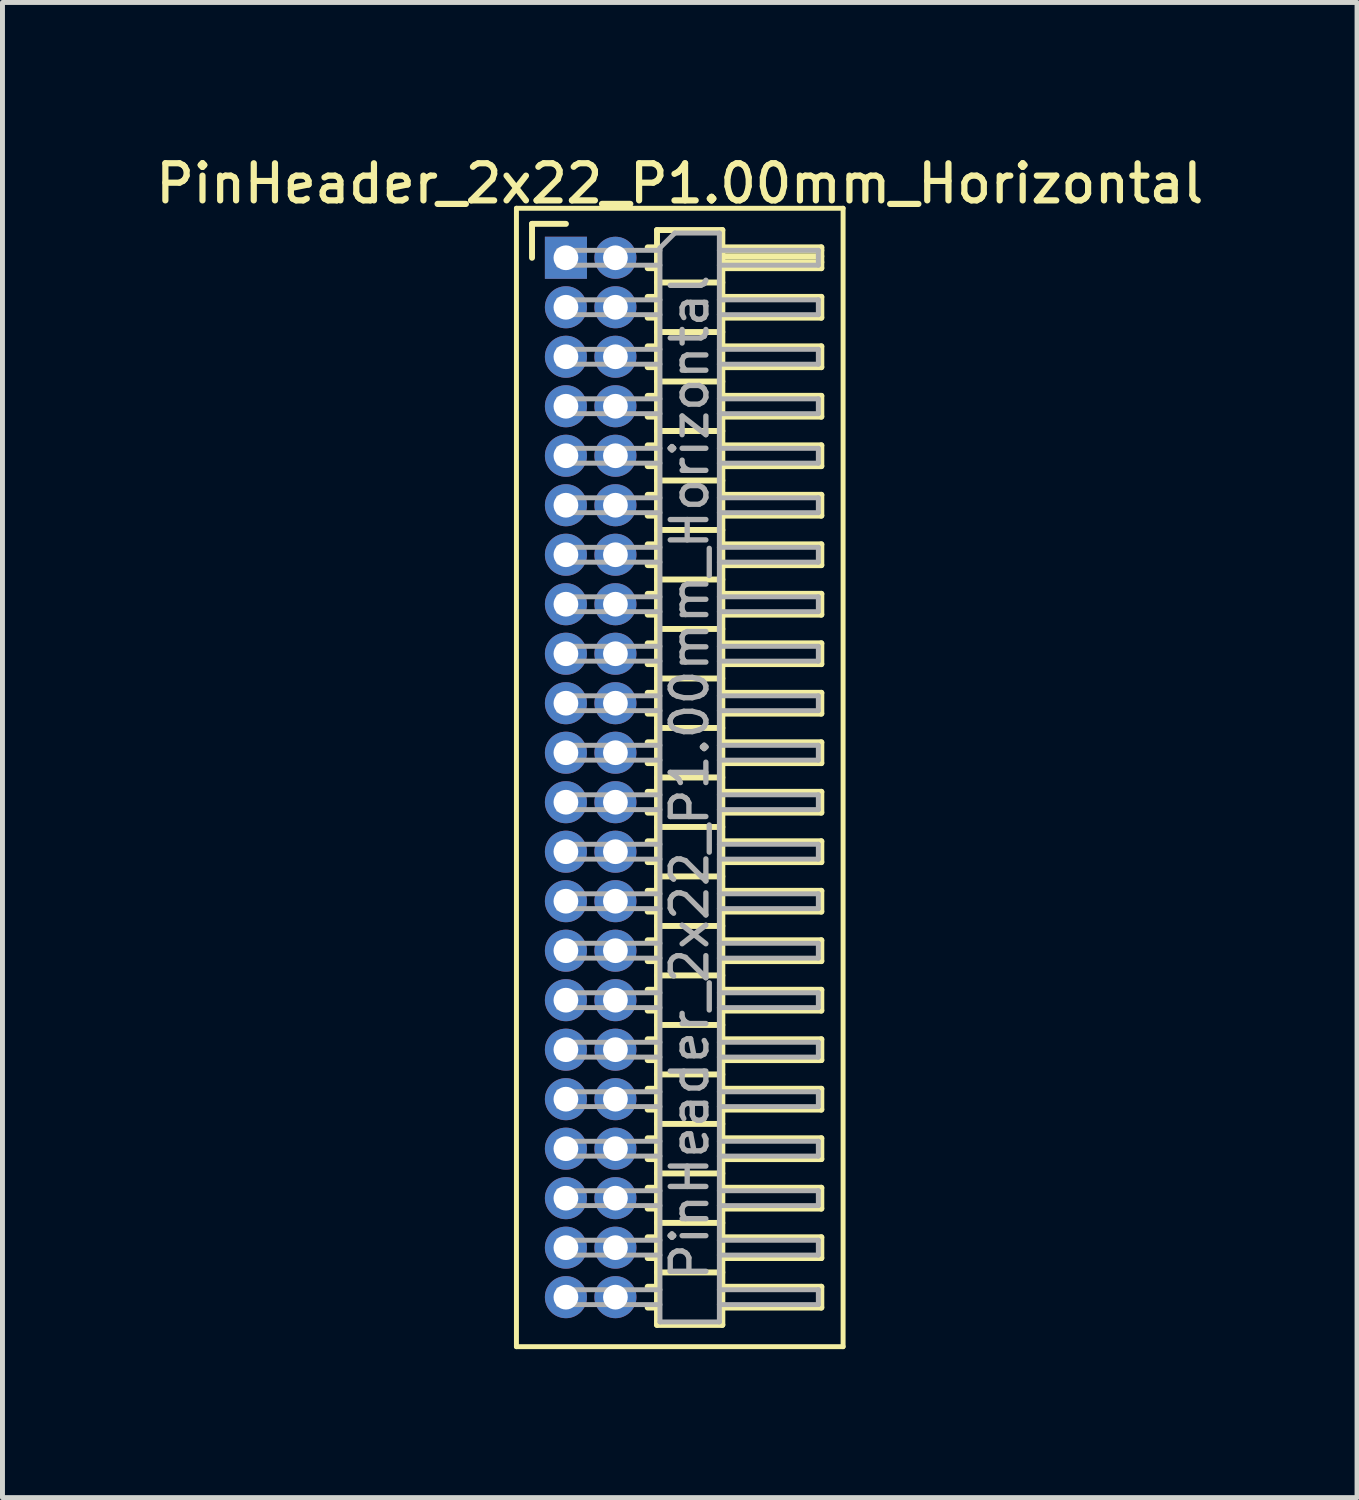
<source format=kicad_pcb>
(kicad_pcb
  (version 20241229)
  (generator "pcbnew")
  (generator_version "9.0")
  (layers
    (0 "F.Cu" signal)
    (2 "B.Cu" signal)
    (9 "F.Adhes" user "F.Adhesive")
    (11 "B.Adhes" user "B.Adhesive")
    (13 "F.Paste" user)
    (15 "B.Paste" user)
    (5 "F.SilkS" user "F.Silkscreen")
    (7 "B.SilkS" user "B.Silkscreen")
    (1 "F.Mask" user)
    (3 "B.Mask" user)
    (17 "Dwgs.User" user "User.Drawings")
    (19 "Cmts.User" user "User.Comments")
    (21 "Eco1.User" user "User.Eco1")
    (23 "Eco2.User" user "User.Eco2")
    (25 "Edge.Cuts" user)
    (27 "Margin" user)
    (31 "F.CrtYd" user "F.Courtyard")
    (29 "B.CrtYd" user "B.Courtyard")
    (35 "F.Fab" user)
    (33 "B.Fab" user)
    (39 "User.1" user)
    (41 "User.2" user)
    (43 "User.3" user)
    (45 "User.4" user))
  (footprint "PinHeader_2x22_P1.00mm_Horizontal"
    (layer "F.Cu")
    (at 8.384 2.158)
    (property "Reference" "PinHeader_2x22_P1.00mm_Horizontal" (at 2.3 -1.5 0) (layer "F.SilkS") (effects (font (size 0.75 0.75) (thickness 0.125))))
    (attr through_hole)
    (fp_line (start -1 -1) (end -1 22) (stroke (width 0.1) (type solid)) (layer "F.SilkS"))
    (fp_line (start -1 22) (end 5.6 22) (stroke (width 0.1) (type solid)) (layer "F.SilkS"))
    (fp_line (start -0.685 -0.685) (end 0 -0.685) (stroke (width 0.12) (type solid)) (layer "F.SilkS"))
    (fp_line (start -0.685 0) (end -0.685 -0.685) (stroke (width 0.12) (type solid)) (layer "F.SilkS"))
    (fp_line (start 1.652 -0.21) (end 1.84 -0.21) (stroke (width 0.12) (type solid)) (layer "F.SilkS"))
    (fp_line (start 1.652 0.21) (end 1.84 0.21) (stroke (width 0.12) (type solid)) (layer "F.SilkS"))
    (fp_line (start 1.652 0.79) (end 1.84 0.79) (stroke (width 0.12) (type solid)) (layer "F.SilkS"))
    (fp_line (start 1.652 1.21) (end 1.84 1.21) (stroke (width 0.12) (type solid)) (layer "F.SilkS"))
    (fp_line (start 1.652 1.79) (end 1.84 1.79) (stroke (width 0.12) (type solid)) (layer "F.SilkS"))
    (fp_line (start 1.652 2.21) (end 1.84 2.21) (stroke (width 0.12) (type solid)) (layer "F.SilkS"))
    (fp_line (start 1.652 2.79) (end 1.84 2.79) (stroke (width 0.12) (type solid)) (layer "F.SilkS"))
    (fp_line (start 1.652 3.21) (end 1.84 3.21) (stroke (width 0.12) (type solid)) (layer "F.SilkS"))
    (fp_line (start 1.652 3.79) (end 1.84 3.79) (stroke (width 0.12) (type solid)) (layer "F.SilkS"))
    (fp_line (start 1.652 4.21) (end 1.84 4.21) (stroke (width 0.12) (type solid)) (layer "F.SilkS"))
    (fp_line (start 1.652 4.79) (end 1.84 4.79) (stroke (width 0.12) (type solid)) (layer "F.SilkS"))
    (fp_line (start 1.652 5.21) (end 1.84 5.21) (stroke (width 0.12) (type solid)) (layer "F.SilkS"))
    (fp_line (start 1.652 5.79) (end 1.84 5.79) (stroke (width 0.12) (type solid)) (layer "F.SilkS"))
    (fp_line (start 1.652 6.21) (end 1.84 6.21) (stroke (width 0.12) (type solid)) (layer "F.SilkS"))
    (fp_line (start 1.652 6.79) (end 1.84 6.79) (stroke (width 0.12) (type solid)) (layer "F.SilkS"))
    (fp_line (start 1.652 7.21) (end 1.84 7.21) (stroke (width 0.12) (type solid)) (layer "F.SilkS"))
    (fp_line (start 1.652 7.79) (end 1.84 7.79) (stroke (width 0.12) (type solid)) (layer "F.SilkS"))
    (fp_line (start 1.652 8.21) (end 1.84 8.21) (stroke (width 0.12) (type solid)) (layer "F.SilkS"))
    (fp_line (start 1.652 8.79) (end 1.84 8.79) (stroke (width 0.12) (type solid)) (layer "F.SilkS"))
    (fp_line (start 1.652 9.21) (end 1.84 9.21) (stroke (width 0.12) (type solid)) (layer "F.SilkS"))
    (fp_line (start 1.652 9.79) (end 1.84 9.79) (stroke (width 0.12) (type solid)) (layer "F.SilkS"))
    (fp_line (start 1.652 10.21) (end 1.84 10.21) (stroke (width 0.12) (type solid)) (layer "F.SilkS"))
    (fp_line (start 1.652 10.79) (end 1.84 10.79) (stroke (width 0.12) (type solid)) (layer "F.SilkS"))
    (fp_line (start 1.652 11.21) (end 1.84 11.21) (stroke (width 0.12) (type solid)) (layer "F.SilkS"))
    (fp_line (start 1.652 11.79) (end 1.84 11.79) (stroke (width 0.12) (type solid)) (layer "F.SilkS"))
    (fp_line (start 1.652 12.21) (end 1.84 12.21) (stroke (width 0.12) (type solid)) (layer "F.SilkS"))
    (fp_line (start 1.652 12.79) (end 1.84 12.79) (stroke (width 0.12) (type solid)) (layer "F.SilkS"))
    (fp_line (start 1.652 13.21) (end 1.84 13.21) (stroke (width 0.12) (type solid)) (layer "F.SilkS"))
    (fp_line (start 1.652 13.79) (end 1.84 13.79) (stroke (width 0.12) (type solid)) (layer "F.SilkS"))
    (fp_line (start 1.652 14.21) (end 1.84 14.21) (stroke (width 0.12) (type solid)) (layer "F.SilkS"))
    (fp_line (start 1.652 14.79) (end 1.84 14.79) (stroke (width 0.12) (type solid)) (layer "F.SilkS"))
    (fp_line (start 1.652 15.21) (end 1.84 15.21) (stroke (width 0.12) (type solid)) (layer "F.SilkS"))
    (fp_line (start 1.652 15.79) (end 1.84 15.79) (stroke (width 0.12) (type solid)) (layer "F.SilkS"))
    (fp_line (start 1.652 16.21) (end 1.84 16.21) (stroke (width 0.12) (type solid)) (layer "F.SilkS"))
    (fp_line (start 1.652 16.79) (end 1.84 16.79) (stroke (width 0.12) (type solid)) (layer "F.SilkS"))
    (fp_line (start 1.652 17.21) (end 1.84 17.21) (stroke (width 0.12) (type solid)) (layer "F.SilkS"))
    (fp_line (start 1.652 17.79) (end 1.84 17.79) (stroke (width 0.12) (type solid)) (layer "F.SilkS"))
    (fp_line (start 1.652 18.21) (end 1.84 18.21) (stroke (width 0.12) (type solid)) (layer "F.SilkS"))
    (fp_line (start 1.652 18.79) (end 1.84 18.79) (stroke (width 0.12) (type solid)) (layer "F.SilkS"))
    (fp_line (start 1.652 19.21) (end 1.84 19.21) (stroke (width 0.12) (type solid)) (layer "F.SilkS"))
    (fp_line (start 1.652 19.79) (end 1.84 19.79) (stroke (width 0.12) (type solid)) (layer "F.SilkS"))
    (fp_line (start 1.652 20.21) (end 1.84 20.21) (stroke (width 0.12) (type solid)) (layer "F.SilkS"))
    (fp_line (start 1.652 20.79) (end 1.84 20.79) (stroke (width 0.12) (type solid)) (layer "F.SilkS"))
    (fp_line (start 1.652 21.21) (end 1.84 21.21) (stroke (width 0.12) (type solid)) (layer "F.SilkS"))
    (fp_line (start 1.84 -0.56) (end 1.84 21.56) (stroke (width 0.12) (type solid)) (layer "F.SilkS"))
    (fp_line (start 1.84 0.5) (end 3.16 0.5) (stroke (width 0.12) (type solid)) (layer "F.SilkS"))
    (fp_line (start 1.84 1.5) (end 3.16 1.5) (stroke (width 0.12) (type solid)) (layer "F.SilkS"))
    (fp_line (start 1.84 2.5) (end 3.16 2.5) (stroke (width 0.12) (type solid)) (layer "F.SilkS"))
    (fp_line (start 1.84 3.5) (end 3.16 3.5) (stroke (width 0.12) (type solid)) (layer "F.SilkS"))
    (fp_line (start 1.84 4.5) (end 3.16 4.5) (stroke (width 0.12) (type solid)) (layer "F.SilkS"))
    (fp_line (start 1.84 5.5) (end 3.16 5.5) (stroke (width 0.12) (type solid)) (layer "F.SilkS"))
    (fp_line (start 1.84 6.5) (end 3.16 6.5) (stroke (width 0.12) (type solid)) (layer "F.SilkS"))
    (fp_line (start 1.84 7.5) (end 3.16 7.5) (stroke (width 0.12) (type solid)) (layer "F.SilkS"))
    (fp_line (start 1.84 8.5) (end 3.16 8.5) (stroke (width 0.12) (type solid)) (layer "F.SilkS"))
    (fp_line (start 1.84 9.5) (end 3.16 9.5) (stroke (width 0.12) (type solid)) (layer "F.SilkS"))
    (fp_line (start 1.84 10.5) (end 3.16 10.5) (stroke (width 0.12) (type solid)) (layer "F.SilkS"))
    (fp_line (start 1.84 11.5) (end 3.16 11.5) (stroke (width 0.12) (type solid)) (layer "F.SilkS"))
    (fp_line (start 1.84 12.5) (end 3.16 12.5) (stroke (width 0.12) (type solid)) (layer "F.SilkS"))
    (fp_line (start 1.84 13.5) (end 3.16 13.5) (stroke (width 0.12) (type solid)) (layer "F.SilkS"))
    (fp_line (start 1.84 14.5) (end 3.16 14.5) (stroke (width 0.12) (type solid)) (layer "F.SilkS"))
    (fp_line (start 1.84 15.5) (end 3.16 15.5) (stroke (width 0.12) (type solid)) (layer "F.SilkS"))
    (fp_line (start 1.84 16.5) (end 3.16 16.5) (stroke (width 0.12) (type solid)) (layer "F.SilkS"))
    (fp_line (start 1.84 17.5) (end 3.16 17.5) (stroke (width 0.12) (type solid)) (layer "F.SilkS"))
    (fp_line (start 1.84 18.5) (end 3.16 18.5) (stroke (width 0.12) (type solid)) (layer "F.SilkS"))
    (fp_line (start 1.84 19.5) (end 3.16 19.5) (stroke (width 0.12) (type solid)) (layer "F.SilkS"))
    (fp_line (start 1.84 20.5) (end 3.16 20.5) (stroke (width 0.12) (type solid)) (layer "F.SilkS"))
    (fp_line (start 1.84 21.56) (end 3.16 21.56) (stroke (width 0.12) (type solid)) (layer "F.SilkS"))
    (fp_line (start 3.16 -0.56) (end 1.84 -0.56) (stroke (width 0.12) (type solid)) (layer "F.SilkS"))
    (fp_line (start 3.16 -0.21) (end 5.16 -0.21) (stroke (width 0.12) (type solid)) (layer "F.SilkS"))
    (fp_line (start 3.16 -0.15) (end 5.16 -0.15) (stroke (width 0.12) (type solid)) (layer "F.SilkS"))
    (fp_line (start 3.16 -0.03) (end 5.16 -0.03) (stroke (width 0.12) (type solid)) (layer "F.SilkS"))
    (fp_line (start 3.16 0.09) (end 5.16 0.09) (stroke (width 0.12) (type solid)) (layer "F.SilkS"))
    (fp_line (start 3.16 0.79) (end 5.16 0.79) (stroke (width 0.12) (type solid)) (layer "F.SilkS"))
    (fp_line (start 3.16 1.79) (end 5.16 1.79) (stroke (width 0.12) (type solid)) (layer "F.SilkS"))
    (fp_line (start 3.16 2.79) (end 5.16 2.79) (stroke (width 0.12) (type solid)) (layer "F.SilkS"))
    (fp_line (start 3.16 3.79) (end 5.16 3.79) (stroke (width 0.12) (type solid)) (layer "F.SilkS"))
    (fp_line (start 3.16 4.79) (end 5.16 4.79) (stroke (width 0.12) (type solid)) (layer "F.SilkS"))
    (fp_line (start 3.16 5.79) (end 5.16 5.79) (stroke (width 0.12) (type solid)) (layer "F.SilkS"))
    (fp_line (start 3.16 6.79) (end 5.16 6.79) (stroke (width 0.12) (type solid)) (layer "F.SilkS"))
    (fp_line (start 3.16 7.79) (end 5.16 7.79) (stroke (width 0.12) (type solid)) (layer "F.SilkS"))
    (fp_line (start 3.16 8.79) (end 5.16 8.79) (stroke (width 0.12) (type solid)) (layer "F.SilkS"))
    (fp_line (start 3.16 9.79) (end 5.16 9.79) (stroke (width 0.12) (type solid)) (layer "F.SilkS"))
    (fp_line (start 3.16 10.79) (end 5.16 10.79) (stroke (width 0.12) (type solid)) (layer "F.SilkS"))
    (fp_line (start 3.16 11.79) (end 5.16 11.79) (stroke (width 0.12) (type solid)) (layer "F.SilkS"))
    (fp_line (start 3.16 12.79) (end 5.16 12.79) (stroke (width 0.12) (type solid)) (layer "F.SilkS"))
    (fp_line (start 3.16 13.79) (end 5.16 13.79) (stroke (width 0.12) (type solid)) (layer "F.SilkS"))
    (fp_line (start 3.16 14.79) (end 5.16 14.79) (stroke (width 0.12) (type solid)) (layer "F.SilkS"))
    (fp_line (start 3.16 15.79) (end 5.16 15.79) (stroke (width 0.12) (type solid)) (layer "F.SilkS"))
    (fp_line (start 3.16 16.79) (end 5.16 16.79) (stroke (width 0.12) (type solid)) (layer "F.SilkS"))
    (fp_line (start 3.16 17.79) (end 5.16 17.79) (stroke (width 0.12) (type solid)) (layer "F.SilkS"))
    (fp_line (start 3.16 18.79) (end 5.16 18.79) (stroke (width 0.12) (type solid)) (layer "F.SilkS"))
    (fp_line (start 3.16 19.79) (end 5.16 19.79) (stroke (width 0.12) (type solid)) (layer "F.SilkS"))
    (fp_line (start 3.16 20.79) (end 5.16 20.79) (stroke (width 0.12) (type solid)) (layer "F.SilkS"))
    (fp_line (start 3.16 21.56) (end 3.16 -0.56) (stroke (width 0.12) (type solid)) (layer "F.SilkS"))
    (fp_line (start 5.16 -0.21) (end 5.16 0.21) (stroke (width 0.12) (type solid)) (layer "F.SilkS"))
    (fp_line (start 5.16 0.21) (end 3.16 0.21) (stroke (width 0.12) (type solid)) (layer "F.SilkS"))
    (fp_line (start 5.16 0.79) (end 5.16 1.21) (stroke (width 0.12) (type solid)) (layer "F.SilkS"))
    (fp_line (start 5.16 1.21) (end 3.16 1.21) (stroke (width 0.12) (type solid)) (layer "F.SilkS"))
    (fp_line (start 5.16 1.79) (end 5.16 2.21) (stroke (width 0.12) (type solid)) (layer "F.SilkS"))
    (fp_line (start 5.16 2.21) (end 3.16 2.21) (stroke (width 0.12) (type solid)) (layer "F.SilkS"))
    (fp_line (start 5.16 2.79) (end 5.16 3.21) (stroke (width 0.12) (type solid)) (layer "F.SilkS"))
    (fp_line (start 5.16 3.21) (end 3.16 3.21) (stroke (width 0.12) (type solid)) (layer "F.SilkS"))
    (fp_line (start 5.16 3.79) (end 5.16 4.21) (stroke (width 0.12) (type solid)) (layer "F.SilkS"))
    (fp_line (start 5.16 4.21) (end 3.16 4.21) (stroke (width 0.12) (type solid)) (layer "F.SilkS"))
    (fp_line (start 5.16 4.79) (end 5.16 5.21) (stroke (width 0.12) (type solid)) (layer "F.SilkS"))
    (fp_line (start 5.16 5.21) (end 3.16 5.21) (stroke (width 0.12) (type solid)) (layer "F.SilkS"))
    (fp_line (start 5.16 5.79) (end 5.16 6.21) (stroke (width 0.12) (type solid)) (layer "F.SilkS"))
    (fp_line (start 5.16 6.21) (end 3.16 6.21) (stroke (width 0.12) (type solid)) (layer "F.SilkS"))
    (fp_line (start 5.16 6.79) (end 5.16 7.21) (stroke (width 0.12) (type solid)) (layer "F.SilkS"))
    (fp_line (start 5.16 7.21) (end 3.16 7.21) (stroke (width 0.12) (type solid)) (layer "F.SilkS"))
    (fp_line (start 5.16 7.79) (end 5.16 8.21) (stroke (width 0.12) (type solid)) (layer "F.SilkS"))
    (fp_line (start 5.16 8.21) (end 3.16 8.21) (stroke (width 0.12) (type solid)) (layer "F.SilkS"))
    (fp_line (start 5.16 8.79) (end 5.16 9.21) (stroke (width 0.12) (type solid)) (layer "F.SilkS"))
    (fp_line (start 5.16 9.21) (end 3.16 9.21) (stroke (width 0.12) (type solid)) (layer "F.SilkS"))
    (fp_line (start 5.16 9.79) (end 5.16 10.21) (stroke (width 0.12) (type solid)) (layer "F.SilkS"))
    (fp_line (start 5.16 10.21) (end 3.16 10.21) (stroke (width 0.12) (type solid)) (layer "F.SilkS"))
    (fp_line (start 5.16 10.79) (end 5.16 11.21) (stroke (width 0.12) (type solid)) (layer "F.SilkS"))
    (fp_line (start 5.16 11.21) (end 3.16 11.21) (stroke (width 0.12) (type solid)) (layer "F.SilkS"))
    (fp_line (start 5.16 11.79) (end 5.16 12.21) (stroke (width 0.12) (type solid)) (layer "F.SilkS"))
    (fp_line (start 5.16 12.21) (end 3.16 12.21) (stroke (width 0.12) (type solid)) (layer "F.SilkS"))
    (fp_line (start 5.16 12.79) (end 5.16 13.21) (stroke (width 0.12) (type solid)) (layer "F.SilkS"))
    (fp_line (start 5.16 13.21) (end 3.16 13.21) (stroke (width 0.12) (type solid)) (layer "F.SilkS"))
    (fp_line (start 5.16 13.79) (end 5.16 14.21) (stroke (width 0.12) (type solid)) (layer "F.SilkS"))
    (fp_line (start 5.16 14.21) (end 3.16 14.21) (stroke (width 0.12) (type solid)) (layer "F.SilkS"))
    (fp_line (start 5.16 14.79) (end 5.16 15.21) (stroke (width 0.12) (type solid)) (layer "F.SilkS"))
    (fp_line (start 5.16 15.21) (end 3.16 15.21) (stroke (width 0.12) (type solid)) (layer "F.SilkS"))
    (fp_line (start 5.16 15.79) (end 5.16 16.21) (stroke (width 0.12) (type solid)) (layer "F.SilkS"))
    (fp_line (start 5.16 16.21) (end 3.16 16.21) (stroke (width 0.12) (type solid)) (layer "F.SilkS"))
    (fp_line (start 5.16 16.79) (end 5.16 17.21) (stroke (width 0.12) (type solid)) (layer "F.SilkS"))
    (fp_line (start 5.16 17.21) (end 3.16 17.21) (stroke (width 0.12) (type solid)) (layer "F.SilkS"))
    (fp_line (start 5.16 17.79) (end 5.16 18.21) (stroke (width 0.12) (type solid)) (layer "F.SilkS"))
    (fp_line (start 5.16 18.21) (end 3.16 18.21) (stroke (width 0.12) (type solid)) (layer "F.SilkS"))
    (fp_line (start 5.16 18.79) (end 5.16 19.21) (stroke (width 0.12) (type solid)) (layer "F.SilkS"))
    (fp_line (start 5.16 19.21) (end 3.16 19.21) (stroke (width 0.12) (type solid)) (layer "F.SilkS"))
    (fp_line (start 5.16 19.79) (end 5.16 20.21) (stroke (width 0.12) (type solid)) (layer "F.SilkS"))
    (fp_line (start 5.16 20.21) (end 3.16 20.21) (stroke (width 0.12) (type solid)) (layer "F.SilkS"))
    (fp_line (start 5.16 20.79) (end 5.16 21.21) (stroke (width 0.12) (type solid)) (layer "F.SilkS"))
    (fp_line (start 5.16 21.21) (end 3.16 21.21) (stroke (width 0.12) (type solid)) (layer "F.SilkS"))
    (fp_line (start 5.6 -1) (end -1 -1) (stroke (width 0.1) (type solid)) (layer "F.SilkS"))
    (fp_line (start 5.6 22) (end 5.6 -1) (stroke (width 0.1) (type solid)) (layer "F.SilkS"))
    (fp_line (start -0.15 -0.15) (end -0.15 0.15) (stroke (width 0.1) (type solid)) (layer "F.Fab"))
    (fp_line (start -0.15 -0.15) (end 1.9 -0.15) (stroke (width 0.1) (type solid)) (layer "F.Fab"))
    (fp_line (start -0.15 0.15) (end 1.9 0.15) (stroke (width 0.1) (type solid)) (layer "F.Fab"))
    (fp_line (start -0.15 0.85) (end -0.15 1.15) (stroke (width 0.1) (type solid)) (layer "F.Fab"))
    (fp_line (start -0.15 0.85) (end 1.9 0.85) (stroke (width 0.1) (type solid)) (layer "F.Fab"))
    (fp_line (start -0.15 1.15) (end 1.9 1.15) (stroke (width 0.1) (type solid)) (layer "F.Fab"))
    (fp_line (start -0.15 1.85) (end -0.15 2.15) (stroke (width 0.1) (type solid)) (layer "F.Fab"))
    (fp_line (start -0.15 1.85) (end 1.9 1.85) (stroke (width 0.1) (type solid)) (layer "F.Fab"))
    (fp_line (start -0.15 2.15) (end 1.9 2.15) (stroke (width 0.1) (type solid)) (layer "F.Fab"))
    (fp_line (start -0.15 2.85) (end -0.15 3.15) (stroke (width 0.1) (type solid)) (layer "F.Fab"))
    (fp_line (start -0.15 2.85) (end 1.9 2.85) (stroke (width 0.1) (type solid)) (layer "F.Fab"))
    (fp_line (start -0.15 3.15) (end 1.9 3.15) (stroke (width 0.1) (type solid)) (layer "F.Fab"))
    (fp_line (start -0.15 3.85) (end -0.15 4.15) (stroke (width 0.1) (type solid)) (layer "F.Fab"))
    (fp_line (start -0.15 3.85) (end 1.9 3.85) (stroke (width 0.1) (type solid)) (layer "F.Fab"))
    (fp_line (start -0.15 4.15) (end 1.9 4.15) (stroke (width 0.1) (type solid)) (layer "F.Fab"))
    (fp_line (start -0.15 4.85) (end -0.15 5.15) (stroke (width 0.1) (type solid)) (layer "F.Fab"))
    (fp_line (start -0.15 4.85) (end 1.9 4.85) (stroke (width 0.1) (type solid)) (layer "F.Fab"))
    (fp_line (start -0.15 5.15) (end 1.9 5.15) (stroke (width 0.1) (type solid)) (layer "F.Fab"))
    (fp_line (start -0.15 5.85) (end -0.15 6.15) (stroke (width 0.1) (type solid)) (layer "F.Fab"))
    (fp_line (start -0.15 5.85) (end 1.9 5.85) (stroke (width 0.1) (type solid)) (layer "F.Fab"))
    (fp_line (start -0.15 6.15) (end 1.9 6.15) (stroke (width 0.1) (type solid)) (layer "F.Fab"))
    (fp_line (start -0.15 6.85) (end -0.15 7.15) (stroke (width 0.1) (type solid)) (layer "F.Fab"))
    (fp_line (start -0.15 6.85) (end 1.9 6.85) (stroke (width 0.1) (type solid)) (layer "F.Fab"))
    (fp_line (start -0.15 7.15) (end 1.9 7.15) (stroke (width 0.1) (type solid)) (layer "F.Fab"))
    (fp_line (start -0.15 7.85) (end -0.15 8.15) (stroke (width 0.1) (type solid)) (layer "F.Fab"))
    (fp_line (start -0.15 7.85) (end 1.9 7.85) (stroke (width 0.1) (type solid)) (layer "F.Fab"))
    (fp_line (start -0.15 8.15) (end 1.9 8.15) (stroke (width 0.1) (type solid)) (layer "F.Fab"))
    (fp_line (start -0.15 8.85) (end -0.15 9.15) (stroke (width 0.1) (type solid)) (layer "F.Fab"))
    (fp_line (start -0.15 8.85) (end 1.9 8.85) (stroke (width 0.1) (type solid)) (layer "F.Fab"))
    (fp_line (start -0.15 9.15) (end 1.9 9.15) (stroke (width 0.1) (type solid)) (layer "F.Fab"))
    (fp_line (start -0.15 9.85) (end -0.15 10.15) (stroke (width 0.1) (type solid)) (layer "F.Fab"))
    (fp_line (start -0.15 9.85) (end 1.9 9.85) (stroke (width 0.1) (type solid)) (layer "F.Fab"))
    (fp_line (start -0.15 10.15) (end 1.9 10.15) (stroke (width 0.1) (type solid)) (layer "F.Fab"))
    (fp_line (start -0.15 10.85) (end -0.15 11.15) (stroke (width 0.1) (type solid)) (layer "F.Fab"))
    (fp_line (start -0.15 10.85) (end 1.9 10.85) (stroke (width 0.1) (type solid)) (layer "F.Fab"))
    (fp_line (start -0.15 11.15) (end 1.9 11.15) (stroke (width 0.1) (type solid)) (layer "F.Fab"))
    (fp_line (start -0.15 11.85) (end -0.15 12.15) (stroke (width 0.1) (type solid)) (layer "F.Fab"))
    (fp_line (start -0.15 11.85) (end 1.9 11.85) (stroke (width 0.1) (type solid)) (layer "F.Fab"))
    (fp_line (start -0.15 12.15) (end 1.9 12.15) (stroke (width 0.1) (type solid)) (layer "F.Fab"))
    (fp_line (start -0.15 12.85) (end -0.15 13.15) (stroke (width 0.1) (type solid)) (layer "F.Fab"))
    (fp_line (start -0.15 12.85) (end 1.9 12.85) (stroke (width 0.1) (type solid)) (layer "F.Fab"))
    (fp_line (start -0.15 13.15) (end 1.9 13.15) (stroke (width 0.1) (type solid)) (layer "F.Fab"))
    (fp_line (start -0.15 13.85) (end -0.15 14.15) (stroke (width 0.1) (type solid)) (layer "F.Fab"))
    (fp_line (start -0.15 13.85) (end 1.9 13.85) (stroke (width 0.1) (type solid)) (layer "F.Fab"))
    (fp_line (start -0.15 14.15) (end 1.9 14.15) (stroke (width 0.1) (type solid)) (layer "F.Fab"))
    (fp_line (start -0.15 14.85) (end -0.15 15.15) (stroke (width 0.1) (type solid)) (layer "F.Fab"))
    (fp_line (start -0.15 14.85) (end 1.9 14.85) (stroke (width 0.1) (type solid)) (layer "F.Fab"))
    (fp_line (start -0.15 15.15) (end 1.9 15.15) (stroke (width 0.1) (type solid)) (layer "F.Fab"))
    (fp_line (start -0.15 15.85) (end -0.15 16.15) (stroke (width 0.1) (type solid)) (layer "F.Fab"))
    (fp_line (start -0.15 15.85) (end 1.9 15.85) (stroke (width 0.1) (type solid)) (layer "F.Fab"))
    (fp_line (start -0.15 16.15) (end 1.9 16.15) (stroke (width 0.1) (type solid)) (layer "F.Fab"))
    (fp_line (start -0.15 16.85) (end -0.15 17.15) (stroke (width 0.1) (type solid)) (layer "F.Fab"))
    (fp_line (start -0.15 16.85) (end 1.9 16.85) (stroke (width 0.1) (type solid)) (layer "F.Fab"))
    (fp_line (start -0.15 17.15) (end 1.9 17.15) (stroke (width 0.1) (type solid)) (layer "F.Fab"))
    (fp_line (start -0.15 17.85) (end -0.15 18.15) (stroke (width 0.1) (type solid)) (layer "F.Fab"))
    (fp_line (start -0.15 17.85) (end 1.9 17.85) (stroke (width 0.1) (type solid)) (layer "F.Fab"))
    (fp_line (start -0.15 18.15) (end 1.9 18.15) (stroke (width 0.1) (type solid)) (layer "F.Fab"))
    (fp_line (start -0.15 18.85) (end -0.15 19.15) (stroke (width 0.1) (type solid)) (layer "F.Fab"))
    (fp_line (start -0.15 18.85) (end 1.9 18.85) (stroke (width 0.1) (type solid)) (layer "F.Fab"))
    (fp_line (start -0.15 19.15) (end 1.9 19.15) (stroke (width 0.1) (type solid)) (layer "F.Fab"))
    (fp_line (start -0.15 19.85) (end -0.15 20.15) (stroke (width 0.1) (type solid)) (layer "F.Fab"))
    (fp_line (start -0.15 19.85) (end 1.9 19.85) (stroke (width 0.1) (type solid)) (layer "F.Fab"))
    (fp_line (start -0.15 20.15) (end 1.9 20.15) (stroke (width 0.1) (type solid)) (layer "F.Fab"))
    (fp_line (start -0.15 20.85) (end -0.15 21.15) (stroke (width 0.1) (type solid)) (layer "F.Fab"))
    (fp_line (start -0.15 20.85) (end 1.9 20.85) (stroke (width 0.1) (type solid)) (layer "F.Fab"))
    (fp_line (start -0.15 21.15) (end 1.9 21.15) (stroke (width 0.1) (type solid)) (layer "F.Fab"))
    (fp_line (start 1.9 -0.2) (end 2.2 -0.5) (stroke (width 0.1) (type solid)) (layer "F.Fab"))
    (fp_line (start 1.9 21.5) (end 1.9 -0.2) (stroke (width 0.1) (type solid)) (layer "F.Fab"))
    (fp_line (start 2.2 -0.5) (end 3.1 -0.5) (stroke (width 0.1) (type solid)) (layer "F.Fab"))
    (fp_line (start 3.1 -0.5) (end 3.1 21.5) (stroke (width 0.1) (type solid)) (layer "F.Fab"))
    (fp_line (start 3.1 -0.15) (end 5.1 -0.15) (stroke (width 0.1) (type solid)) (layer "F.Fab"))
    (fp_line (start 3.1 0.15) (end 5.1 0.15) (stroke (width 0.1) (type solid)) (layer "F.Fab"))
    (fp_line (start 3.1 0.85) (end 5.1 0.85) (stroke (width 0.1) (type solid)) (layer "F.Fab"))
    (fp_line (start 3.1 1.15) (end 5.1 1.15) (stroke (width 0.1) (type solid)) (layer "F.Fab"))
    (fp_line (start 3.1 1.85) (end 5.1 1.85) (stroke (width 0.1) (type solid)) (layer "F.Fab"))
    (fp_line (start 3.1 2.15) (end 5.1 2.15) (stroke (width 0.1) (type solid)) (layer "F.Fab"))
    (fp_line (start 3.1 2.85) (end 5.1 2.85) (stroke (width 0.1) (type solid)) (layer "F.Fab"))
    (fp_line (start 3.1 3.15) (end 5.1 3.15) (stroke (width 0.1) (type solid)) (layer "F.Fab"))
    (fp_line (start 3.1 3.85) (end 5.1 3.85) (stroke (width 0.1) (type solid)) (layer "F.Fab"))
    (fp_line (start 3.1 4.15) (end 5.1 4.15) (stroke (width 0.1) (type solid)) (layer "F.Fab"))
    (fp_line (start 3.1 4.85) (end 5.1 4.85) (stroke (width 0.1) (type solid)) (layer "F.Fab"))
    (fp_line (start 3.1 5.15) (end 5.1 5.15) (stroke (width 0.1) (type solid)) (layer "F.Fab"))
    (fp_line (start 3.1 5.85) (end 5.1 5.85) (stroke (width 0.1) (type solid)) (layer "F.Fab"))
    (fp_line (start 3.1 6.15) (end 5.1 6.15) (stroke (width 0.1) (type solid)) (layer "F.Fab"))
    (fp_line (start 3.1 6.85) (end 5.1 6.85) (stroke (width 0.1) (type solid)) (layer "F.Fab"))
    (fp_line (start 3.1 7.15) (end 5.1 7.15) (stroke (width 0.1) (type solid)) (layer "F.Fab"))
    (fp_line (start 3.1 7.85) (end 5.1 7.85) (stroke (width 0.1) (type solid)) (layer "F.Fab"))
    (fp_line (start 3.1 8.15) (end 5.1 8.15) (stroke (width 0.1) (type solid)) (layer "F.Fab"))
    (fp_line (start 3.1 8.85) (end 5.1 8.85) (stroke (width 0.1) (type solid)) (layer "F.Fab"))
    (fp_line (start 3.1 9.15) (end 5.1 9.15) (stroke (width 0.1) (type solid)) (layer "F.Fab"))
    (fp_line (start 3.1 9.85) (end 5.1 9.85) (stroke (width 0.1) (type solid)) (layer "F.Fab"))
    (fp_line (start 3.1 10.15) (end 5.1 10.15) (stroke (width 0.1) (type solid)) (layer "F.Fab"))
    (fp_line (start 3.1 10.85) (end 5.1 10.85) (stroke (width 0.1) (type solid)) (layer "F.Fab"))
    (fp_line (start 3.1 11.15) (end 5.1 11.15) (stroke (width 0.1) (type solid)) (layer "F.Fab"))
    (fp_line (start 3.1 11.85) (end 5.1 11.85) (stroke (width 0.1) (type solid)) (layer "F.Fab"))
    (fp_line (start 3.1 12.15) (end 5.1 12.15) (stroke (width 0.1) (type solid)) (layer "F.Fab"))
    (fp_line (start 3.1 12.85) (end 5.1 12.85) (stroke (width 0.1) (type solid)) (layer "F.Fab"))
    (fp_line (start 3.1 13.15) (end 5.1 13.15) (stroke (width 0.1) (type solid)) (layer "F.Fab"))
    (fp_line (start 3.1 13.85) (end 5.1 13.85) (stroke (width 0.1) (type solid)) (layer "F.Fab"))
    (fp_line (start 3.1 14.15) (end 5.1 14.15) (stroke (width 0.1) (type solid)) (layer "F.Fab"))
    (fp_line (start 3.1 14.85) (end 5.1 14.85) (stroke (width 0.1) (type solid)) (layer "F.Fab"))
    (fp_line (start 3.1 15.15) (end 5.1 15.15) (stroke (width 0.1) (type solid)) (layer "F.Fab"))
    (fp_line (start 3.1 15.85) (end 5.1 15.85) (stroke (width 0.1) (type solid)) (layer "F.Fab"))
    (fp_line (start 3.1 16.15) (end 5.1 16.15) (stroke (width 0.1) (type solid)) (layer "F.Fab"))
    (fp_line (start 3.1 16.85) (end 5.1 16.85) (stroke (width 0.1) (type solid)) (layer "F.Fab"))
    (fp_line (start 3.1 17.15) (end 5.1 17.15) (stroke (width 0.1) (type solid)) (layer "F.Fab"))
    (fp_line (start 3.1 17.85) (end 5.1 17.85) (stroke (width 0.1) (type solid)) (layer "F.Fab"))
    (fp_line (start 3.1 18.15) (end 5.1 18.15) (stroke (width 0.1) (type solid)) (layer "F.Fab"))
    (fp_line (start 3.1 18.85) (end 5.1 18.85) (stroke (width 0.1) (type solid)) (layer "F.Fab"))
    (fp_line (start 3.1 19.15) (end 5.1 19.15) (stroke (width 0.1) (type solid)) (layer "F.Fab"))
    (fp_line (start 3.1 19.85) (end 5.1 19.85) (stroke (width 0.1) (type solid)) (layer "F.Fab"))
    (fp_line (start 3.1 20.15) (end 5.1 20.15) (stroke (width 0.1) (type solid)) (layer "F.Fab"))
    (fp_line (start 3.1 20.85) (end 5.1 20.85) (stroke (width 0.1) (type solid)) (layer "F.Fab"))
    (fp_line (start 3.1 21.15) (end 5.1 21.15) (stroke (width 0.1) (type solid)) (layer "F.Fab"))
    (fp_line (start 3.1 21.5) (end 1.9 21.5) (stroke (width 0.1) (type solid)) (layer "F.Fab"))
    (fp_line (start 5.1 -0.15) (end 5.1 0.15) (stroke (width 0.1) (type solid)) (layer "F.Fab"))
    (fp_line (start 5.1 0.85) (end 5.1 1.15) (stroke (width 0.1) (type solid)) (layer "F.Fab"))
    (fp_line (start 5.1 1.85) (end 5.1 2.15) (stroke (width 0.1) (type solid)) (layer "F.Fab"))
    (fp_line (start 5.1 2.85) (end 5.1 3.15) (stroke (width 0.1) (type solid)) (layer "F.Fab"))
    (fp_line (start 5.1 3.85) (end 5.1 4.15) (stroke (width 0.1) (type solid)) (layer "F.Fab"))
    (fp_line (start 5.1 4.85) (end 5.1 5.15) (stroke (width 0.1) (type solid)) (layer "F.Fab"))
    (fp_line (start 5.1 5.85) (end 5.1 6.15) (stroke (width 0.1) (type solid)) (layer "F.Fab"))
    (fp_line (start 5.1 6.85) (end 5.1 7.15) (stroke (width 0.1) (type solid)) (layer "F.Fab"))
    (fp_line (start 5.1 7.85) (end 5.1 8.15) (stroke (width 0.1) (type solid)) (layer "F.Fab"))
    (fp_line (start 5.1 8.85) (end 5.1 9.15) (stroke (width 0.1) (type solid)) (layer "F.Fab"))
    (fp_line (start 5.1 9.85) (end 5.1 10.15) (stroke (width 0.1) (type solid)) (layer "F.Fab"))
    (fp_line (start 5.1 10.85) (end 5.1 11.15) (stroke (width 0.1) (type solid)) (layer "F.Fab"))
    (fp_line (start 5.1 11.85) (end 5.1 12.15) (stroke (width 0.1) (type solid)) (layer "F.Fab"))
    (fp_line (start 5.1 12.85) (end 5.1 13.15) (stroke (width 0.1) (type solid)) (layer "F.Fab"))
    (fp_line (start 5.1 13.85) (end 5.1 14.15) (stroke (width 0.1) (type solid)) (layer "F.Fab"))
    (fp_line (start 5.1 14.85) (end 5.1 15.15) (stroke (width 0.1) (type solid)) (layer "F.Fab"))
    (fp_line (start 5.1 15.85) (end 5.1 16.15) (stroke (width 0.1) (type solid)) (layer "F.Fab"))
    (fp_line (start 5.1 16.85) (end 5.1 17.15) (stroke (width 0.1) (type solid)) (layer "F.Fab"))
    (fp_line (start 5.1 17.85) (end 5.1 18.15) (stroke (width 0.1) (type solid)) (layer "F.Fab"))
    (fp_line (start 5.1 18.85) (end 5.1 19.15) (stroke (width 0.1) (type solid)) (layer "F.Fab"))
    (fp_line (start 5.1 19.85) (end 5.1 20.15) (stroke (width 0.1) (type solid)) (layer "F.Fab"))
    (fp_line (start 5.1 20.85) (end 5.1 21.15) (stroke (width 0.1) (type solid)) (layer "F.Fab"))
    (fp_text user "${REFERENCE}" (at 2.5 10.5 90) (layer "F.Fab") (effects (font (size 0.72 0.72) (thickness 0.108))))
    (pad "1" thru_hole rect (at 0 0) (size 0.85 0.85) (drill 0.5) (layers "*.Cu" "*.Mask"))
    (pad "2" thru_hole oval (at 1 0) (size 0.85 0.85) (drill 0.5) (layers "*.Cu" "*.Mask"))
    (pad "3" thru_hole oval (at 0 1) (size 0.85 0.85) (drill 0.5) (layers "*.Cu" "*.Mask"))
    (pad "4" thru_hole oval (at 1 1) (size 0.85 0.85) (drill 0.5) (layers "*.Cu" "*.Mask"))
    (pad "5" thru_hole oval (at 0 2) (size 0.85 0.85) (drill 0.5) (layers "*.Cu" "*.Mask"))
    (pad "6" thru_hole oval (at 1 2) (size 0.85 0.85) (drill 0.5) (layers "*.Cu" "*.Mask"))
    (pad "7" thru_hole oval (at 0 3) (size 0.85 0.85) (drill 0.5) (layers "*.Cu" "*.Mask"))
    (pad "8" thru_hole oval (at 1 3) (size 0.85 0.85) (drill 0.5) (layers "*.Cu" "*.Mask"))
    (pad "9" thru_hole oval (at 0 4) (size 0.85 0.85) (drill 0.5) (layers "*.Cu" "*.Mask"))
    (pad "10" thru_hole oval (at 1 4) (size 0.85 0.85) (drill 0.5) (layers "*.Cu" "*.Mask"))
    (pad "11" thru_hole oval (at 0 5) (size 0.85 0.85) (drill 0.5) (layers "*.Cu" "*.Mask"))
    (pad "12" thru_hole oval (at 1 5) (size 0.85 0.85) (drill 0.5) (layers "*.Cu" "*.Mask"))
    (pad "13" thru_hole oval (at 0 6) (size 0.85 0.85) (drill 0.5) (layers "*.Cu" "*.Mask"))
    (pad "14" thru_hole oval (at 1 6) (size 0.85 0.85) (drill 0.5) (layers "*.Cu" "*.Mask"))
    (pad "15" thru_hole oval (at 0 7) (size 0.85 0.85) (drill 0.5) (layers "*.Cu" "*.Mask"))
    (pad "16" thru_hole oval (at 1 7) (size 0.85 0.85) (drill 0.5) (layers "*.Cu" "*.Mask"))
    (pad "17" thru_hole oval (at 0 8) (size 0.85 0.85) (drill 0.5) (layers "*.Cu" "*.Mask"))
    (pad "18" thru_hole oval (at 1 8) (size 0.85 0.85) (drill 0.5) (layers "*.Cu" "*.Mask"))
    (pad "19" thru_hole oval (at 0 9) (size 0.85 0.85) (drill 0.5) (layers "*.Cu" "*.Mask"))
    (pad "20" thru_hole oval (at 1 9) (size 0.85 0.85) (drill 0.5) (layers "*.Cu" "*.Mask"))
    (pad "21" thru_hole oval (at 0 10) (size 0.85 0.85) (drill 0.5) (layers "*.Cu" "*.Mask"))
    (pad "22" thru_hole oval (at 1 10) (size 0.85 0.85) (drill 0.5) (layers "*.Cu" "*.Mask"))
    (pad "23" thru_hole oval (at 0 11) (size 0.85 0.85) (drill 0.5) (layers "*.Cu" "*.Mask"))
    (pad "24" thru_hole oval (at 1 11) (size 0.85 0.85) (drill 0.5) (layers "*.Cu" "*.Mask"))
    (pad "25" thru_hole oval (at 0 12) (size 0.85 0.85) (drill 0.5) (layers "*.Cu" "*.Mask"))
    (pad "26" thru_hole oval (at 1 12) (size 0.85 0.85) (drill 0.5) (layers "*.Cu" "*.Mask"))
    (pad "27" thru_hole oval (at 0 13) (size 0.85 0.85) (drill 0.5) (layers "*.Cu" "*.Mask"))
    (pad "28" thru_hole oval (at 1 13) (size 0.85 0.85) (drill 0.5) (layers "*.Cu" "*.Mask"))
    (pad "29" thru_hole oval (at 0 14) (size 0.85 0.85) (drill 0.5) (layers "*.Cu" "*.Mask"))
    (pad "30" thru_hole oval (at 1 14) (size 0.85 0.85) (drill 0.5) (layers "*.Cu" "*.Mask"))
    (pad "31" thru_hole oval (at 0 15) (size 0.85 0.85) (drill 0.5) (layers "*.Cu" "*.Mask"))
    (pad "32" thru_hole oval (at 1 15) (size 0.85 0.85) (drill 0.5) (layers "*.Cu" "*.Mask"))
    (pad "33" thru_hole oval (at 0 16) (size 0.85 0.85) (drill 0.5) (layers "*.Cu" "*.Mask"))
    (pad "34" thru_hole oval (at 1 16) (size 0.85 0.85) (drill 0.5) (layers "*.Cu" "*.Mask"))
    (pad "35" thru_hole oval (at 0 17) (size 0.85 0.85) (drill 0.5) (layers "*.Cu" "*.Mask"))
    (pad "36" thru_hole oval (at 1 17) (size 0.85 0.85) (drill 0.5) (layers "*.Cu" "*.Mask"))
    (pad "37" thru_hole oval (at 0 18) (size 0.85 0.85) (drill 0.5) (layers "*.Cu" "*.Mask"))
    (pad "38" thru_hole oval (at 1 18) (size 0.85 0.85) (drill 0.5) (layers "*.Cu" "*.Mask"))
    (pad "39" thru_hole oval (at 0 19) (size 0.85 0.85) (drill 0.5) (layers "*.Cu" "*.Mask"))
    (pad "40" thru_hole oval (at 1 19) (size 0.85 0.85) (drill 0.5) (layers "*.Cu" "*.Mask"))
    (pad "41" thru_hole oval (at 0 20) (size 0.85 0.85) (drill 0.5) (layers "*.Cu" "*.Mask"))
    (pad "42" thru_hole oval (at 1 20) (size 0.85 0.85) (drill 0.5) (layers "*.Cu" "*.Mask"))
    (pad "43" thru_hole oval (at 0 21) (size 0.85 0.85) (drill 0.5) (layers "*.Cu" "*.Mask"))
    (pad "44" thru_hole oval (at 1 21) (size 0.85 0.85) (drill 0.5) (layers "*.Cu" "*.Mask")))
  (gr_rect
    (start -3 -3)
    (end 24.368 27.208)
    (stroke (width 0.1) (type default))
    (fill no)
    (layer "Edge.Cuts")))
</source>
